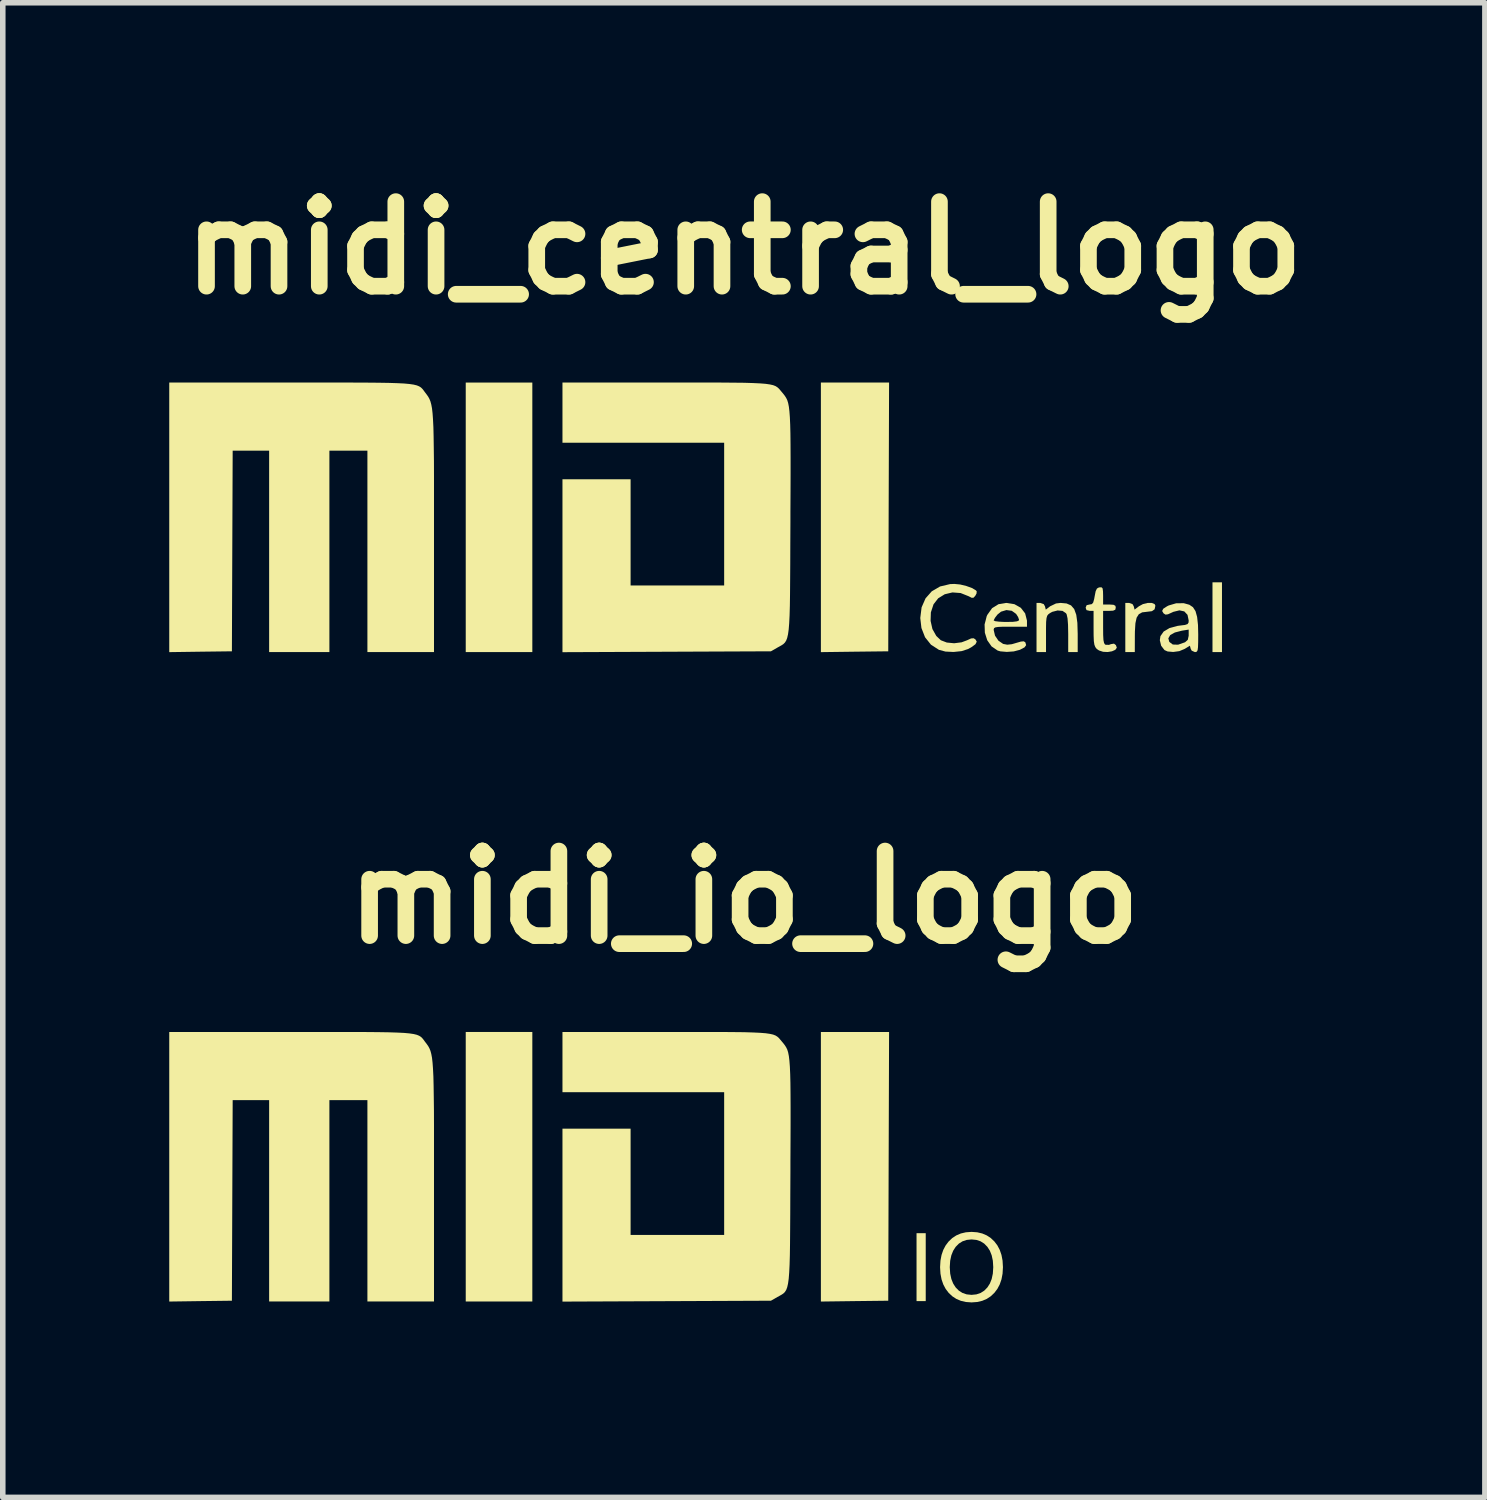
<source format=kicad_pcb>
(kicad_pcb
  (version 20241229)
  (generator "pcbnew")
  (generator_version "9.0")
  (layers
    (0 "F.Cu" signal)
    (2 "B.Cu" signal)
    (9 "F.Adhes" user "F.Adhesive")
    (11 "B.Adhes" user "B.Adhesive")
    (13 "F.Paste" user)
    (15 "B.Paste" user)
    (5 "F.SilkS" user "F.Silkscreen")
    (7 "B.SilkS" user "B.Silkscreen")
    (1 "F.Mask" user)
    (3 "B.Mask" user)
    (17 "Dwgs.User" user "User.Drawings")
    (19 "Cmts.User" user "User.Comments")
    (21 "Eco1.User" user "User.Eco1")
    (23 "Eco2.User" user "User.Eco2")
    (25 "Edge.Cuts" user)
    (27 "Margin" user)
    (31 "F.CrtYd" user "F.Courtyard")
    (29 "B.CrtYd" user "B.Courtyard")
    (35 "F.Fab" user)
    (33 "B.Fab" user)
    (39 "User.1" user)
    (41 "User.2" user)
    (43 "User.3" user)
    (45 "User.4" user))
  (footprint "midi_io_logo"
    (layer "F.Cu")
    (at 10 18.061)
    (property "Reference" "midi_io_logo" (at 0.36 -4.94 0) (layer "F.SilkS") (effects (font (size 1.524 1.524) (thickness 0.3))))
    (attr board_only exclude_from_pos_files exclude_from_bom)
    (fp_poly (pts (xy -3.457 2.343) (xy -4.657 2.343) (xy -4.657 -2.514) (xy -3.457 -2.514)) (stroke (width 0) (type solid)) (fill yes) (layer "F.SilkS"))
    (fp_poly (pts (xy 2.964 -0.093) (xy 2.957 2.329) (xy 2.35 2.336) (xy 1.743 2.344) (xy 1.743 -2.514) (xy 2.972 -2.514)) (stroke (width 0) (type solid)) (fill yes) (layer "F.SilkS"))
    (fp_poly (pts (xy -6.724 -2.514) (xy -6.458 -2.513) (xy -6.233 -2.511) (xy -6.045 -2.508) (xy -5.892 -2.503) (xy -5.768 -2.497) (xy -5.671 -2.488) (xy -5.596 -2.477) (xy -5.539 -2.463) (xy -5.497 -2.446) (xy -5.465 -2.426) (xy -5.44 -2.402) (xy -5.418 -2.375) (xy -5.395 -2.343) (xy -5.385 -2.33) (xy -5.357 -2.293) (xy -5.332 -2.257) (xy -5.311 -2.218) (xy -5.293 -2.174) (xy -5.278 -2.118) (xy -5.265 -2.049) (xy -5.255 -1.961) (xy -5.247 -1.85) (xy -5.24 -1.713) (xy -5.236 -1.546) (xy -5.233 -1.344) (xy -5.23 -1.104) (xy -5.229 -0.822) (xy -5.229 -0.493) (xy -5.229 -0.115) (xy -5.229 0.19) (xy -5.229 2.343) (xy -6.429 2.343) (xy -6.429 -1.286) (xy -7.114 -1.286) (xy -7.114 2.343) (xy -8.2 2.343) (xy -8.2 -1.286) (xy -8.857 -1.286) (xy -8.871 2.329) (xy -9.436 2.336) (xy -10 2.344) (xy -10 -2.514) (xy -7.813 -2.514) (xy -7.398 -2.514) (xy -7.037 -2.514)) (stroke (width 0) (type solid)) (fill yes) (layer "F.SilkS"))
    (fp_poly (pts (xy -0.347 -2.514) (xy -0.068 -2.514) (xy 0.167 -2.512) (xy 0.362 -2.51) (xy 0.52 -2.505) (xy 0.648 -2.499) (xy 0.748 -2.491) (xy 0.824 -2.48) (xy 0.882 -2.467) (xy 0.926 -2.45) (xy 0.959 -2.429) (xy 0.986 -2.405) (xy 1.011 -2.376) (xy 1.037 -2.345) (xy 1.068 -2.308) (xy 1.094 -2.274) (xy 1.117 -2.238) (xy 1.137 -2.197) (xy 1.153 -2.145) (xy 1.166 -2.079) (xy 1.176 -1.995) (xy 1.184 -1.889) (xy 1.19 -1.756) (xy 1.194 -1.593) (xy 1.196 -1.395) (xy 1.197 -1.158) (xy 1.197 -0.878) (xy 1.196 -0.551) (xy 1.194 -0.173) (xy 1.194 0) (xy 1.192 0.4) (xy 1.191 0.746) (xy 1.189 1.044) (xy 1.187 1.296) (xy 1.184 1.507) (xy 1.179 1.681) (xy 1.172 1.822) (xy 1.163 1.934) (xy 1.151 2.021) (xy 1.136 2.087) (xy 1.118 2.135) (xy 1.095 2.171) (xy 1.068 2.198) (xy 1.037 2.219) (xy 1 2.24) (xy 0.96 2.262) (xy 0.843 2.329) (xy -1.036 2.337) (xy -2.914 2.345) (xy -2.914 -0.771) (xy -1.686 -0.771) (xy -1.686 1.143) (xy 0 1.143) (xy 0 -1.429) (xy -2.914 -1.429) (xy -2.914 -2.514) (xy -1.056 -2.514) (xy -0.675 -2.514)) (stroke (width 0) (type solid)) (fill yes) (layer "F.SilkS"))
    (fp_text user "IO" (at 3.302 2.54 0) (unlocked yes) (layer "F.SilkS") (effects (font (face "Futura") (size 1.2 1.2) (thickness 0.15)) (justify left bottom))))
  (footprint "midi_central_logo"
    (layer "F.Cu")
    (at 10 6.358)
    (property "Reference" "midi_central_logo" (at 0.36 -4.94 0) (layer "F.SilkS") (effects (font (size 1.524 1.524) (thickness 0.3))))
    (attr board_only exclude_from_pos_files exclude_from_bom)
    (fp_poly (pts (xy -3.457 2.343) (xy -4.657 2.343) (xy -4.657 -2.514) (xy -3.457 -2.514)) (stroke (width 0) (type solid)) (fill yes) (layer "F.SilkS"))
    (fp_poly (pts (xy 8.971 2.343) (xy 8.8 2.343) (xy 8.8 1.086) (xy 8.971 1.086)) (stroke (width 0) (type solid)) (fill yes) (layer "F.SilkS"))
    (fp_poly (pts (xy 2.964 -0.093) (xy 2.957 2.329) (xy 2.35 2.336) (xy 1.743 2.344) (xy 1.743 -2.514) (xy 2.972 -2.514)) (stroke (width 0) (type solid)) (fill yes) (layer "F.SilkS"))
    (fp_poly (pts (xy 7.359 1.479) (xy 7.381 1.518) (xy 7.396 1.578) (xy 7.474 1.518) (xy 7.547 1.478) (xy 7.629 1.458) (xy 7.705 1.457) (xy 7.757 1.478) (xy 7.771 1.507) (xy 7.757 1.572) (xy 7.708 1.606) (xy 7.618 1.617) (xy 7.533 1.627) (xy 7.473 1.66) (xy 7.433 1.723) (xy 7.411 1.824) (xy 7.402 1.971) (xy 7.401 2.05) (xy 7.4 2.343) (xy 7.229 2.343) (xy 7.229 1.457) (xy 7.297 1.457)) (stroke (width 0) (type solid)) (fill yes) (layer "F.SilkS"))
    (fp_poly (pts (xy 5.759 1.479) (xy 5.781 1.518) (xy 5.796 1.578) (xy 5.874 1.518) (xy 5.98 1.467) (xy 6.063 1.457) (xy 6.171 1.467) (xy 6.251 1.502) (xy 6.308 1.568) (xy 6.345 1.67) (xy 6.365 1.816) (xy 6.371 2.012) (xy 6.371 2.028) (xy 6.371 2.343) (xy 6.2 2.343) (xy 6.2 2.02) (xy 6.197 1.852) (xy 6.188 1.735) (xy 6.172 1.664) (xy 6.161 1.644) (xy 6.098 1.601) (xy 6.009 1.593) (xy 5.912 1.618) (xy 5.874 1.639) (xy 5.842 1.662) (xy 5.821 1.689) (xy 5.809 1.731) (xy 5.802 1.8) (xy 5.8 1.907) (xy 5.8 2.015) (xy 5.8 2.343) (xy 5.629 2.343) (xy 5.629 1.457) (xy 5.697 1.457)) (stroke (width 0) (type solid)) (fill yes) (layer "F.SilkS"))
    (fp_poly (pts (xy 4.253 1.125) (xy 4.364 1.152) (xy 4.464 1.188) (xy 4.534 1.229) (xy 4.551 1.247) (xy 4.548 1.287) (xy 4.526 1.328) (xy 4.494 1.363) (xy 4.461 1.365) (xy 4.404 1.336) (xy 4.261 1.279) (xy 4.114 1.268) (xy 3.975 1.301) (xy 3.857 1.374) (xy 3.773 1.482) (xy 3.725 1.628) (xy 3.72 1.781) (xy 3.753 1.928) (xy 3.823 2.053) (xy 3.905 2.13) (xy 4.012 2.171) (xy 4.144 2.184) (xy 4.279 2.167) (xy 4.378 2.13) (xy 4.45 2.097) (xy 4.495 2.094) (xy 4.527 2.113) (xy 4.552 2.155) (xy 4.529 2.201) (xy 4.454 2.256) (xy 4.396 2.288) (xy 4.278 2.326) (xy 4.134 2.341) (xy 3.989 2.334) (xy 3.871 2.303) (xy 3.727 2.21) (xy 3.62 2.076) (xy 3.555 1.909) (xy 3.534 1.729) (xy 3.558 1.537) (xy 3.629 1.375) (xy 3.741 1.248) (xy 3.89 1.161) (xy 4.071 1.118) (xy 4.149 1.115)) (stroke (width 0) (type solid)) (fill yes) (layer "F.SilkS"))
    (fp_poly (pts (xy -6.724 -2.514) (xy -6.458 -2.513) (xy -6.233 -2.511) (xy -6.045 -2.508) (xy -5.892 -2.503) (xy -5.768 -2.497) (xy -5.671 -2.488) (xy -5.596 -2.477) (xy -5.539 -2.463) (xy -5.497 -2.446) (xy -5.465 -2.426) (xy -5.44 -2.402) (xy -5.418 -2.375) (xy -5.395 -2.343) (xy -5.385 -2.33) (xy -5.357 -2.293) (xy -5.332 -2.257) (xy -5.311 -2.218) (xy -5.293 -2.174) (xy -5.278 -2.118) (xy -5.265 -2.049) (xy -5.255 -1.961) (xy -5.247 -1.85) (xy -5.24 -1.713) (xy -5.236 -1.546) (xy -5.233 -1.344) (xy -5.23 -1.104) (xy -5.229 -0.822) (xy -5.229 -0.493) (xy -5.229 -0.115) (xy -5.229 0.19) (xy -5.229 2.343) (xy -6.429 2.343) (xy -6.429 -1.286) (xy -7.114 -1.286) (xy -7.114 2.343) (xy -8.2 2.343) (xy -8.2 -1.286) (xy -8.857 -1.286) (xy -8.871 2.329) (xy -9.436 2.336) (xy -10 2.344) (xy -10 -2.514) (xy -7.813 -2.514) (xy -7.398 -2.514) (xy -7.037 -2.514)) (stroke (width 0) (type solid)) (fill yes) (layer "F.SilkS"))
    (fp_poly (pts (xy 6.82 1.196) (xy 6.827 1.249) (xy 6.829 1.327) (xy 6.829 1.486) (xy 6.943 1.486) (xy 7.018 1.491) (xy 7.051 1.51) (xy 7.057 1.543) (xy 7.048 1.58) (xy 7.009 1.597) (xy 6.943 1.6) (xy 6.829 1.6) (xy 6.829 1.897) (xy 6.83 2.035) (xy 6.835 2.126) (xy 6.846 2.179) (xy 6.863 2.206) (xy 6.873 2.211) (xy 6.935 2.213) (xy 6.97 2.2) (xy 7.025 2.191) (xy 7.06 2.218) (xy 7.076 2.265) (xy 7.048 2.303) (xy 6.989 2.329) (xy 6.912 2.342) (xy 6.829 2.338) (xy 6.755 2.314) (xy 6.714 2.286) (xy 6.689 2.254) (xy 6.672 2.211) (xy 6.662 2.146) (xy 6.658 2.047) (xy 6.657 1.914) (xy 6.657 1.6) (xy 6.586 1.6) (xy 6.53 1.587) (xy 6.514 1.543) (xy 6.532 1.498) (xy 6.584 1.486) (xy 6.625 1.479) (xy 6.65 1.451) (xy 6.668 1.386) (xy 6.677 1.336) (xy 6.695 1.245) (xy 6.718 1.198) (xy 6.754 1.178) (xy 6.764 1.177) (xy 6.801 1.176)) (stroke (width 0) (type solid)) (fill yes) (layer "F.SilkS"))
    (fp_poly (pts (xy -0.347 -2.514) (xy -0.068 -2.514) (xy 0.167 -2.512) (xy 0.362 -2.51) (xy 0.52 -2.505) (xy 0.648 -2.499) (xy 0.748 -2.491) (xy 0.824 -2.48) (xy 0.882 -2.467) (xy 0.926 -2.45) (xy 0.959 -2.429) (xy 0.986 -2.405) (xy 1.011 -2.376) (xy 1.037 -2.345) (xy 1.068 -2.308) (xy 1.094 -2.274) (xy 1.117 -2.238) (xy 1.137 -2.197) (xy 1.153 -2.145) (xy 1.166 -2.079) (xy 1.176 -1.995) (xy 1.184 -1.889) (xy 1.19 -1.756) (xy 1.194 -1.593) (xy 1.196 -1.395) (xy 1.197 -1.158) (xy 1.197 -0.878) (xy 1.196 -0.551) (xy 1.194 -0.173) (xy 1.194 0) (xy 1.192 0.4) (xy 1.191 0.746) (xy 1.189 1.044) (xy 1.187 1.296) (xy 1.184 1.507) (xy 1.179 1.681) (xy 1.172 1.822) (xy 1.163 1.934) (xy 1.151 2.021) (xy 1.136 2.087) (xy 1.118 2.135) (xy 1.095 2.171) (xy 1.068 2.198) (xy 1.037 2.219) (xy 1 2.24) (xy 0.96 2.262) (xy 0.843 2.329) (xy -1.036 2.337) (xy -2.914 2.345) (xy -2.914 -0.771) (xy -1.686 -0.771) (xy -1.686 1.143) (xy 0 1.143) (xy 0 -1.429) (xy -2.914 -1.429) (xy -2.914 -2.514) (xy -1.056 -2.514) (xy -0.675 -2.514)) (stroke (width 0) (type solid)) (fill yes) (layer "F.SilkS"))
    (fp_poly (pts (xy 5.231 1.48) (xy 5.346 1.545) (xy 5.424 1.646) (xy 5.457 1.776) (xy 5.457 1.799) (xy 5.457 1.886) (xy 5.157 1.886) (xy 5.023 1.886) (xy 4.937 1.89) (xy 4.887 1.898) (xy 4.864 1.912) (xy 4.857 1.936) (xy 4.857 1.944) (xy 4.881 2.047) (xy 4.942 2.137) (xy 5.026 2.195) (xy 5.028 2.196) (xy 5.102 2.21) (xy 5.185 2.201) (xy 5.26 2.179) (xy 5.347 2.154) (xy 5.397 2.149) (xy 5.424 2.164) (xy 5.429 2.172) (xy 5.442 2.218) (xy 5.413 2.258) (xy 5.335 2.299) (xy 5.326 2.303) (xy 5.219 2.331) (xy 5.094 2.34) (xy 4.978 2.33) (xy 4.929 2.316) (xy 4.819 2.241) (xy 4.741 2.13) (xy 4.698 1.994) (xy 4.693 1.845) (xy 4.712 1.773) (xy 4.857 1.773) (xy 4.883 1.786) (xy 4.953 1.795) (xy 5.053 1.8) (xy 5.086 1.8) (xy 5.205 1.798) (xy 5.277 1.789) (xy 5.31 1.774) (xy 5.314 1.76) (xy 5.297 1.711) (xy 5.261 1.655) (xy 5.183 1.599) (xy 5.086 1.586) (xy 4.989 1.615) (xy 4.925 1.667) (xy 4.88 1.726) (xy 4.858 1.769) (xy 4.857 1.773) (xy 4.712 1.773) (xy 4.731 1.697) (xy 4.742 1.673) (xy 4.828 1.552) (xy 4.944 1.48) (xy 5.084 1.457)) (stroke (width 0) (type solid)) (fill yes) (layer "F.SilkS"))
    (fp_poly (pts (xy 8.383 1.49) (xy 8.448 1.534) (xy 8.494 1.605) (xy 8.523 1.709) (xy 8.539 1.855) (xy 8.543 2.026) (xy 8.542 2.164) (xy 8.539 2.255) (xy 8.532 2.308) (xy 8.519 2.334) (xy 8.497 2.342) (xy 8.483 2.343) (xy 8.426 2.318) (xy 8.408 2.285) (xy 8.393 2.228) (xy 8.3 2.285) (xy 8.203 2.326) (xy 8.092 2.341) (xy 7.991 2.332) (xy 7.935 2.307) (xy 7.875 2.229) (xy 7.851 2.129) (xy 7.856 2.095) (xy 8.004 2.095) (xy 8.022 2.16) (xy 8.085 2.207) (xy 8.18 2.21) (xy 8.303 2.167) (xy 8.307 2.165) (xy 8.355 2.122) (xy 8.371 2.049) (xy 8.371 2.036) (xy 8.371 1.938) (xy 8.25 1.957) (xy 8.122 1.99) (xy 8.038 2.037) (xy 8.004 2.095) (xy 7.856 2.095) (xy 7.862 2.056) (xy 7.92 1.973) (xy 8.026 1.91) (xy 8.171 1.871) (xy 8.215 1.865) (xy 8.305 1.854) (xy 8.351 1.838) (xy 8.369 1.81) (xy 8.371 1.773) (xy 8.35 1.672) (xy 8.292 1.61) (xy 8.204 1.591) (xy 8.094 1.618) (xy 8.071 1.629) (xy 7.998 1.662) (xy 7.954 1.668) (xy 7.921 1.647) (xy 7.919 1.646) (xy 7.893 1.603) (xy 7.912 1.563) (xy 7.981 1.518) (xy 8.011 1.503) (xy 8.144 1.464) (xy 8.282 1.462)) (stroke (width 0) (type solid)) (fill yes) (layer "F.SilkS")))
  (gr_rect
    (start -3 -3)
    (end 23.709 23.934)
    (stroke (width 0.1) (type default))
    (fill no)
    (layer "Edge.Cuts")))
</source>
